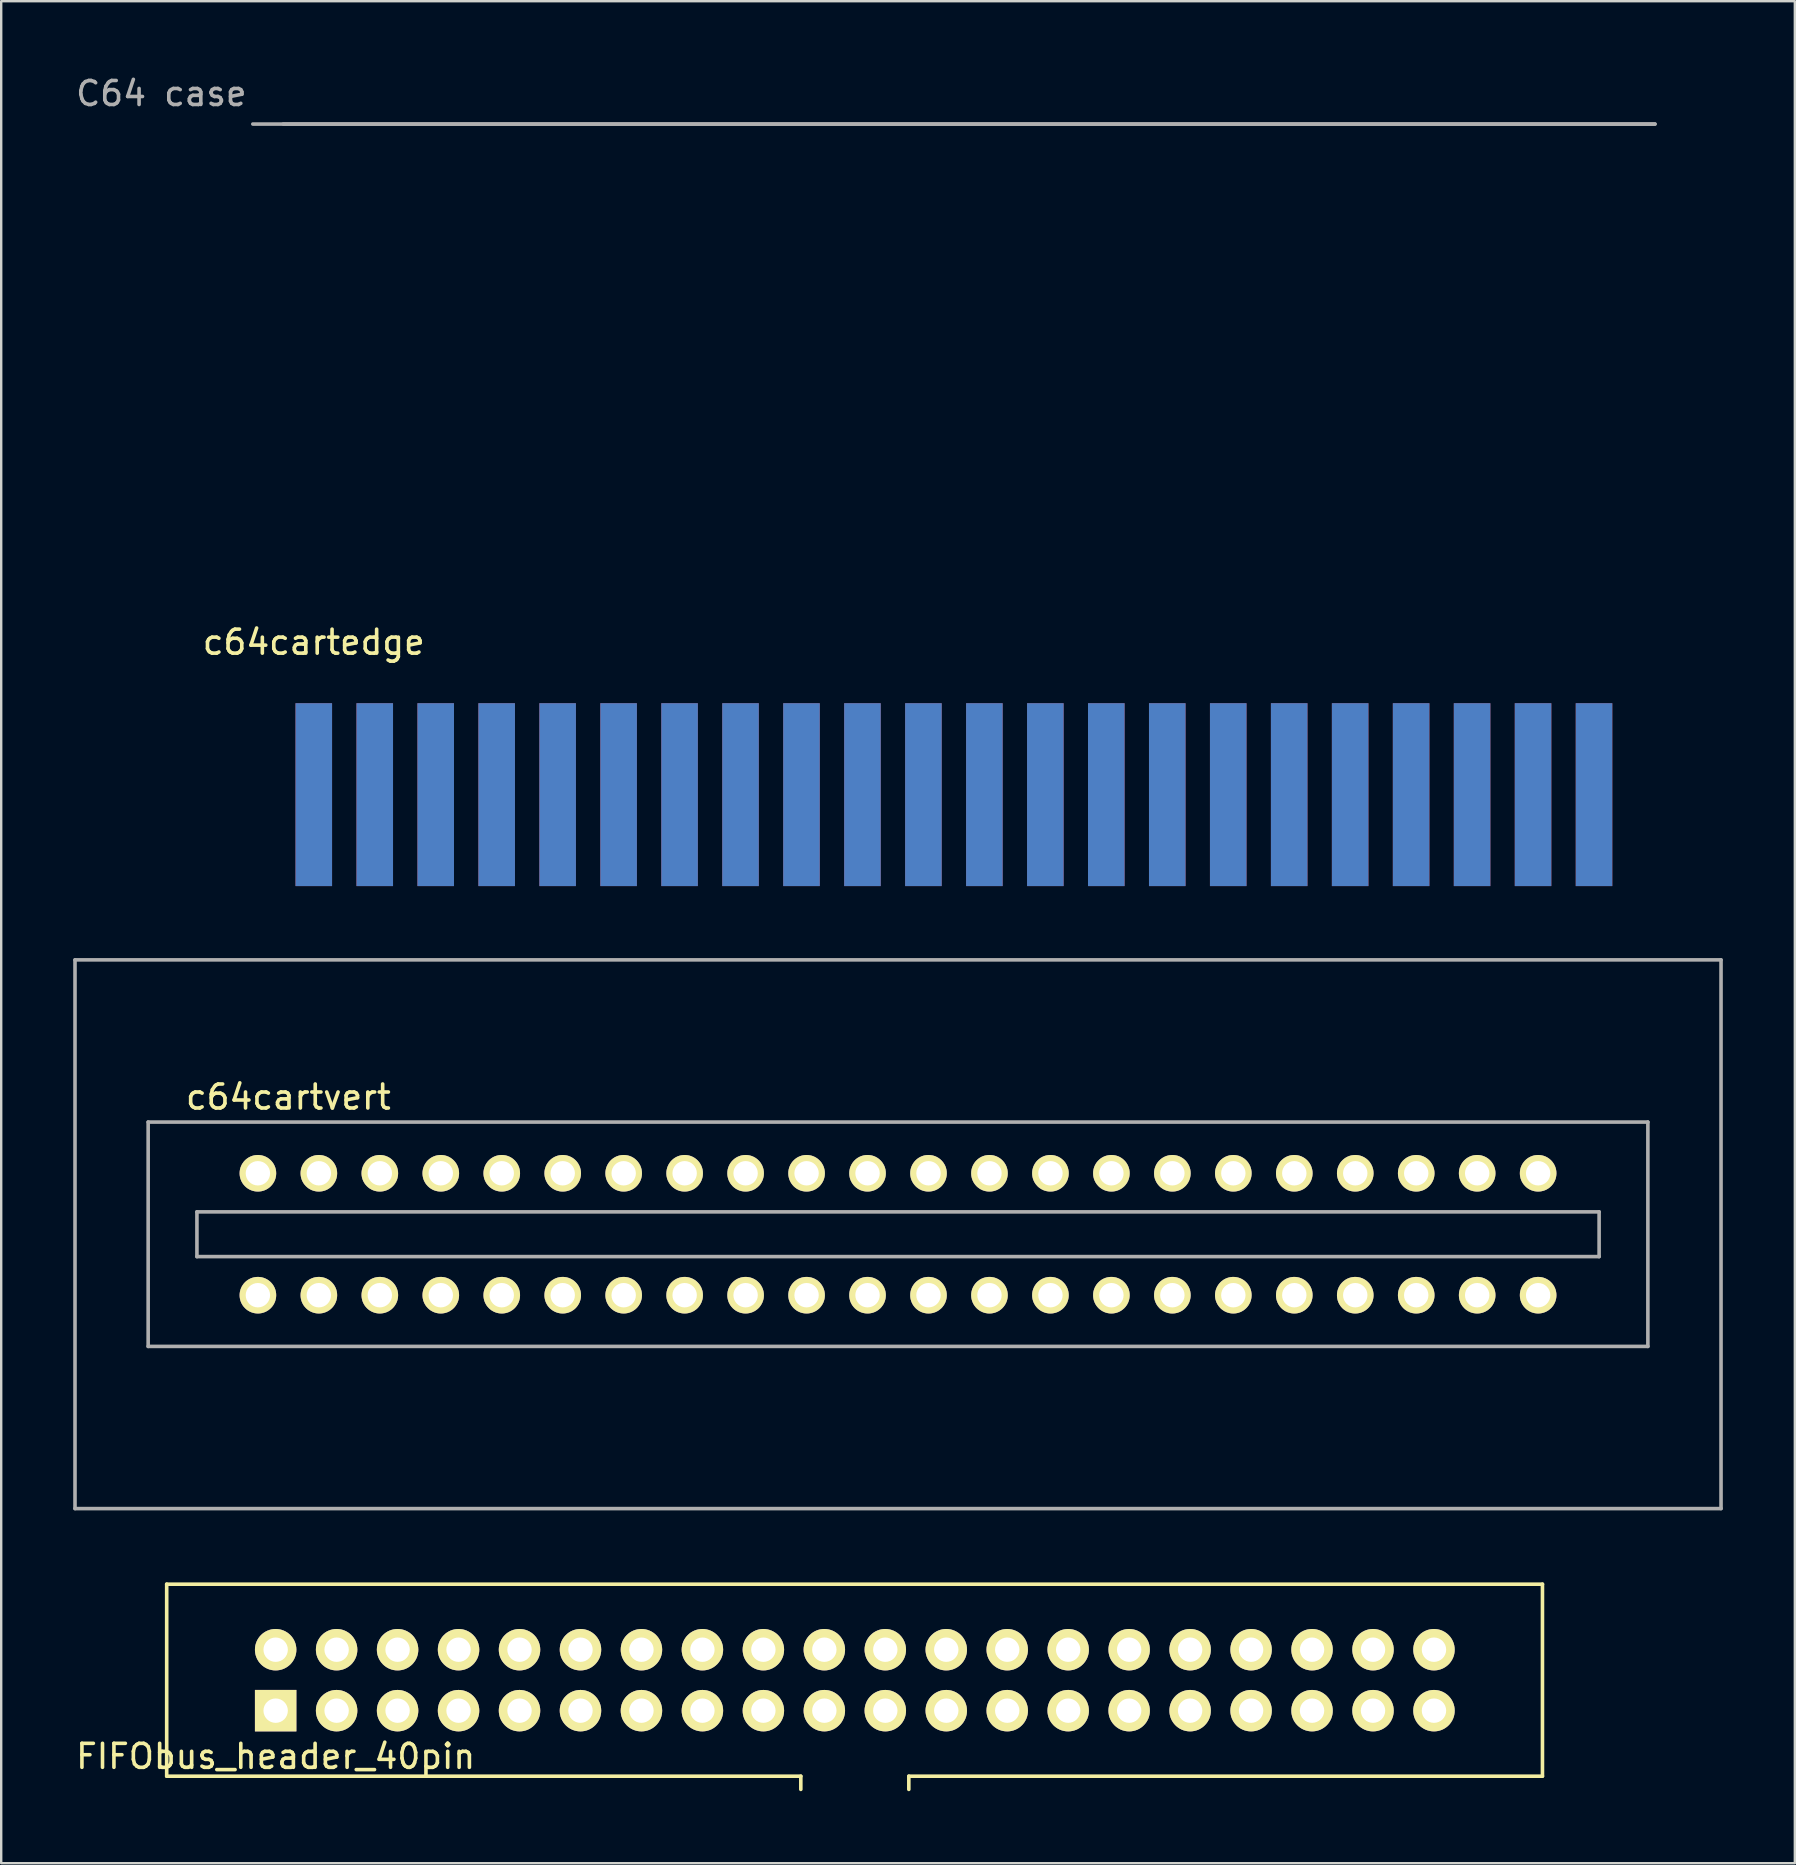
<source format=kicad_pcb>
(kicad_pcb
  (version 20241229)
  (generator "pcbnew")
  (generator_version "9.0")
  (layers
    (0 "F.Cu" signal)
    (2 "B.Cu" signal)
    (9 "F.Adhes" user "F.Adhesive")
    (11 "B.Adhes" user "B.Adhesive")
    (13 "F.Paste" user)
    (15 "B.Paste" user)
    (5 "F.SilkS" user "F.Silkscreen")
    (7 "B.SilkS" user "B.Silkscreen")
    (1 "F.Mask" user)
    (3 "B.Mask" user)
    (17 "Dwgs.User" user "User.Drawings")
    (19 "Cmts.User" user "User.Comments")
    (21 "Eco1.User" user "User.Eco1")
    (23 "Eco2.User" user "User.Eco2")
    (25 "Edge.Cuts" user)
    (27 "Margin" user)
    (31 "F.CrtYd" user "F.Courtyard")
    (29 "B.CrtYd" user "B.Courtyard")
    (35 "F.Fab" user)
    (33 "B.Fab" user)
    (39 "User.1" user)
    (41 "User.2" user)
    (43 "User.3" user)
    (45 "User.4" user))
  (footprint "c64cartvert"
    (layer "F.Cu")
    (at 34.365 48.373)
    (property "Reference" "c64cartvert" (at -25.4 -5.715 0) (layer "F.SilkS") (effects (font (size 1 1) (thickness 0.15))))
    (attr through_hole)
    (fp_line (start -34.29 -11.43) (end -34.29 11.43) (stroke (width 0.15) (type solid)) (layer "F.Fab"))
    (fp_line (start -34.29 11.43) (end 34.29 11.43) (stroke (width 0.15) (type solid)) (layer "F.Fab"))
    (fp_line (start -31.242 -4.674) (end 31.242 -4.674) (stroke (width 0.15) (type solid)) (layer "F.Fab"))
    (fp_line (start -31.242 4.674) (end -31.242 -4.674) (stroke (width 0.15) (type solid)) (layer "F.Fab"))
    (fp_line (start -29.21 -0.933) (end 29.21 -0.933) (stroke (width 0.15) (type solid)) (layer "F.Fab"))
    (fp_line (start -29.21 0.933) (end -29.21 -0.933) (stroke (width 0.15) (type solid)) (layer "F.Fab"))
    (fp_line (start 29.21 -0.933) (end 29.21 0.933) (stroke (width 0.15) (type solid)) (layer "F.Fab"))
    (fp_line (start 29.21 0.933) (end -29.21 0.933) (stroke (width 0.15) (type solid)) (layer "F.Fab"))
    (fp_line (start 31.242 -4.674) (end 31.242 4.674) (stroke (width 0.15) (type solid)) (layer "F.Fab"))
    (fp_line (start 31.242 4.674) (end -31.242 4.674) (stroke (width 0.15) (type solid)) (layer "F.Fab"))
    (fp_line (start 34.29 -11.43) (end -34.29 -11.43) (stroke (width 0.15) (type solid)) (layer "F.Fab"))
    (fp_line (start 34.29 11.43) (end 34.29 -11.43) (stroke (width 0.15) (type solid)) (layer "F.Fab"))
    (pad "1" thru_hole circle (at -26.67 2.54) (size 1.524 1.524) (drill 1.016) (layers "*.Cu" "*.Mask" "F.SilkS"))
    (pad "2" thru_hole circle (at -24.13 2.54) (size 1.524 1.524) (drill 1.016) (layers "*.Cu" "*.Mask" "F.SilkS"))
    (pad "3" thru_hole circle (at -21.59 2.54) (size 1.524 1.524) (drill 1.016) (layers "*.Cu" "*.Mask" "F.SilkS"))
    (pad "4" thru_hole circle (at -19.05 2.54) (size 1.524 1.524) (drill 1.016) (layers "*.Cu" "*.Mask" "F.SilkS"))
    (pad "5" thru_hole circle (at -16.51 2.54) (size 1.524 1.524) (drill 1.016) (layers "*.Cu" "*.Mask" "F.SilkS"))
    (pad "6" thru_hole circle (at -13.97 2.54) (size 1.524 1.524) (drill 1.016) (layers "*.Cu" "*.Mask" "F.SilkS"))
    (pad "7" thru_hole circle (at -11.43 2.54) (size 1.524 1.524) (drill 1.016) (layers "*.Cu" "*.Mask" "F.SilkS"))
    (pad "8" thru_hole circle (at -8.89 2.54) (size 1.524 1.524) (drill 1.016) (layers "*.Cu" "*.Mask" "F.SilkS"))
    (pad "9" thru_hole circle (at -6.35 2.54) (size 1.524 1.524) (drill 1.016) (layers "*.Cu" "*.Mask" "F.SilkS"))
    (pad "10" thru_hole circle (at -3.81 2.54) (size 1.524 1.524) (drill 1.016) (layers "*.Cu" "*.Mask" "F.SilkS"))
    (pad "11" thru_hole circle (at -1.27 2.54) (size 1.524 1.524) (drill 1.016) (layers "*.Cu" "*.Mask" "F.SilkS"))
    (pad "12" thru_hole circle (at 1.27 2.54) (size 1.524 1.524) (drill 1.016) (layers "*.Cu" "*.Mask" "F.SilkS"))
    (pad "13" thru_hole circle (at 3.81 2.54) (size 1.524 1.524) (drill 1.016) (layers "*.Cu" "*.Mask" "F.SilkS"))
    (pad "14" thru_hole circle (at 6.35 2.54) (size 1.524 1.524) (drill 1.016) (layers "*.Cu" "*.Mask" "F.SilkS"))
    (pad "15" thru_hole circle (at 8.89 2.54) (size 1.524 1.524) (drill 1.016) (layers "*.Cu" "*.Mask" "F.SilkS"))
    (pad "16" thru_hole circle (at 11.43 2.54) (size 1.524 1.524) (drill 1.016) (layers "*.Cu" "*.Mask" "F.SilkS"))
    (pad "17" thru_hole circle (at 13.97 2.54) (size 1.524 1.524) (drill 1.016) (layers "*.Cu" "*.Mask" "F.SilkS"))
    (pad "18" thru_hole circle (at 16.51 2.54) (size 1.524 1.524) (drill 1.016) (layers "*.Cu" "*.Mask" "F.SilkS"))
    (pad "19" thru_hole circle (at 19.05 2.54) (size 1.524 1.524) (drill 1.016) (layers "*.Cu" "*.Mask" "F.SilkS"))
    (pad "20" thru_hole circle (at 21.59 2.54) (size 1.524 1.524) (drill 1.016) (layers "*.Cu" "*.Mask" "F.SilkS"))
    (pad "21" thru_hole circle (at 24.13 2.54) (size 1.524 1.524) (drill 1.016) (layers "*.Cu" "*.Mask" "F.SilkS"))
    (pad "22" thru_hole circle (at 26.67 2.54) (size 1.524 1.524) (drill 1.016) (layers "*.Cu" "*.Mask" "F.SilkS"))
    (pad "23" thru_hole circle (at -26.67 -2.54) (size 1.524 1.524) (drill 1.016) (layers "*.Cu" "*.Mask" "F.SilkS"))
    (pad "24" thru_hole circle (at -24.13 -2.54) (size 1.524 1.524) (drill 1.016) (layers "*.Cu" "*.Mask" "F.SilkS"))
    (pad "25" thru_hole circle (at -21.59 -2.54) (size 1.524 1.524) (drill 1.016) (layers "*.Cu" "*.Mask" "F.SilkS"))
    (pad "26" thru_hole circle (at -19.05 -2.54) (size 1.524 1.524) (drill 1.016) (layers "*.Cu" "*.Mask" "F.SilkS"))
    (pad "27" thru_hole circle (at -16.51 -2.54) (size 1.524 1.524) (drill 1.016) (layers "*.Cu" "*.Mask" "F.SilkS"))
    (pad "28" thru_hole circle (at -13.97 -2.54) (size 1.524 1.524) (drill 1.016) (layers "*.Cu" "*.Mask" "F.SilkS"))
    (pad "29" thru_hole circle (at -11.43 -2.54) (size 1.524 1.524) (drill 1.016) (layers "*.Cu" "*.Mask" "F.SilkS"))
    (pad "30" thru_hole circle (at -8.89 -2.54) (size 1.524 1.524) (drill 1.016) (layers "*.Cu" "*.Mask" "F.SilkS"))
    (pad "31" thru_hole circle (at -6.35 -2.54) (size 1.524 1.524) (drill 1.016) (layers "*.Cu" "*.Mask" "F.SilkS"))
    (pad "32" thru_hole circle (at -3.81 -2.54) (size 1.524 1.524) (drill 1.016) (layers "*.Cu" "*.Mask" "F.SilkS"))
    (pad "33" thru_hole circle (at -1.27 -2.54) (size 1.524 1.524) (drill 1.016) (layers "*.Cu" "*.Mask" "F.SilkS"))
    (pad "34" thru_hole circle (at 1.27 -2.54) (size 1.524 1.524) (drill 1.016) (layers "*.Cu" "*.Mask" "F.SilkS"))
    (pad "35" thru_hole circle (at 3.81 -2.54) (size 1.524 1.524) (drill 1.016) (layers "*.Cu" "*.Mask" "F.SilkS"))
    (pad "36" thru_hole circle (at 6.35 -2.54) (size 1.524 1.524) (drill 1.016) (layers "*.Cu" "*.Mask" "F.SilkS"))
    (pad "37" thru_hole circle (at 8.89 -2.54) (size 1.524 1.524) (drill 1.016) (layers "*.Cu" "*.Mask" "F.SilkS"))
    (pad "38" thru_hole circle (at 11.43 -2.54) (size 1.524 1.524) (drill 1.016) (layers "*.Cu" "*.Mask" "F.SilkS"))
    (pad "39" thru_hole circle (at 13.97 -2.54) (size 1.524 1.524) (drill 1.016) (layers "*.Cu" "*.Mask" "F.SilkS"))
    (pad "40" thru_hole circle (at 16.51 -2.54) (size 1.524 1.524) (drill 1.016) (layers "*.Cu" "*.Mask" "F.SilkS"))
    (pad "41" thru_hole circle (at 19.05 -2.54) (size 1.524 1.524) (drill 1.016) (layers "*.Cu" "*.Mask" "F.SilkS"))
    (pad "42" thru_hole circle (at 21.59 -2.54) (size 1.524 1.524) (drill 1.016) (layers "*.Cu" "*.Mask" "F.SilkS"))
    (pad "43" thru_hole circle (at 24.13 -2.54) (size 1.524 1.524) (drill 1.016) (layers "*.Cu" "*.Mask" "F.SilkS"))
    (pad "44" thru_hole circle (at 26.67 -2.54) (size 1.524 1.524) (drill 1.016) (layers "*.Cu" "*.Mask" "F.SilkS")))
  (footprint "FIFObus_header_40pin"
    (layer "F.Cu")
    (at 8.435 68.223)
    (property "Reference" "FIFObus_header_40pin" (at 0 1.905 0) (layer "F.SilkS") (effects (font (size 1 1) (thickness 0.15))))
    (attr through_hole)
    (fp_line (start -4.54 -5.27) (end -4.54 2.73) (stroke (width 0.15) (type solid)) (layer "F.SilkS"))
    (fp_line (start -4.54 -5.27) (end 52.78 -5.27) (stroke (width 0.15) (type solid)) (layer "F.SilkS"))
    (fp_line (start -4.54 2.73) (end 21.88 2.73) (stroke (width 0.15) (type solid)) (layer "F.SilkS"))
    (fp_line (start 21.88 2.73) (end 21.88 3.28) (stroke (width 0.15) (type solid)) (layer "F.SilkS"))
    (fp_line (start 26.38 2.73) (end 26.38 3.28) (stroke (width 0.15) (type solid)) (layer "F.SilkS"))
    (fp_line (start 26.38 2.73) (end 52.78 2.73) (stroke (width 0.15) (type solid)) (layer "F.SilkS"))
    (fp_line (start 52.78 -5.27) (end 52.78 2.73) (stroke (width 0.15) (type solid)) (layer "F.SilkS"))
    (pad "1" thru_hole rect (at 0 0) (size 1.727 1.727) (drill 1.016) (layers "*.Cu" "*.Mask" "F.SilkS"))
    (pad "2" thru_hole oval (at 0 -2.54) (size 1.727 1.727) (drill 1.016) (layers "*.Cu" "*.Mask" "F.SilkS"))
    (pad "3" thru_hole oval (at 2.54 0) (size 1.727 1.727) (drill 1.016) (layers "*.Cu" "*.Mask" "F.SilkS"))
    (pad "4" thru_hole oval (at 2.54 -2.54) (size 1.727 1.727) (drill 1.016) (layers "*.Cu" "*.Mask" "F.SilkS"))
    (pad "5" thru_hole oval (at 5.08 0) (size 1.727 1.727) (drill 1.016) (layers "*.Cu" "*.Mask" "F.SilkS"))
    (pad "6" thru_hole oval (at 5.08 -2.54) (size 1.727 1.727) (drill 1.016) (layers "*.Cu" "*.Mask" "F.SilkS"))
    (pad "7" thru_hole oval (at 7.62 0) (size 1.727 1.727) (drill 1.016) (layers "*.Cu" "*.Mask" "F.SilkS"))
    (pad "8" thru_hole oval (at 7.62 -2.54) (size 1.727 1.727) (drill 1.016) (layers "*.Cu" "*.Mask" "F.SilkS"))
    (pad "9" thru_hole oval (at 10.16 0) (size 1.727 1.727) (drill 1.016) (layers "*.Cu" "*.Mask" "F.SilkS"))
    (pad "10" thru_hole oval (at 10.16 -2.54) (size 1.727 1.727) (drill 1.016) (layers "*.Cu" "*.Mask" "F.SilkS"))
    (pad "11" thru_hole oval (at 12.7 0) (size 1.727 1.727) (drill 1.016) (layers "*.Cu" "*.Mask" "F.SilkS"))
    (pad "12" thru_hole oval (at 12.7 -2.54) (size 1.727 1.727) (drill 1.016) (layers "*.Cu" "*.Mask" "F.SilkS"))
    (pad "13" thru_hole oval (at 15.24 0) (size 1.727 1.727) (drill 1.016) (layers "*.Cu" "*.Mask" "F.SilkS"))
    (pad "14" thru_hole oval (at 15.24 -2.54) (size 1.727 1.727) (drill 1.016) (layers "*.Cu" "*.Mask" "F.SilkS"))
    (pad "15" thru_hole oval (at 17.78 0) (size 1.727 1.727) (drill 1.016) (layers "*.Cu" "*.Mask" "F.SilkS"))
    (pad "16" thru_hole oval (at 17.78 -2.54) (size 1.727 1.727) (drill 1.016) (layers "*.Cu" "*.Mask" "F.SilkS"))
    (pad "17" thru_hole oval (at 20.32 0) (size 1.727 1.727) (drill 1.016) (layers "*.Cu" "*.Mask" "F.SilkS"))
    (pad "18" thru_hole oval (at 20.32 -2.54) (size 1.727 1.727) (drill 1.016) (layers "*.Cu" "*.Mask" "F.SilkS"))
    (pad "19" thru_hole oval (at 22.86 0) (size 1.727 1.727) (drill 1.016) (layers "*.Cu" "*.Mask" "F.SilkS"))
    (pad "20" thru_hole oval (at 22.86 -2.54) (size 1.727 1.727) (drill 1.016) (layers "*.Cu" "*.Mask" "F.SilkS"))
    (pad "21" thru_hole oval (at 25.4 0) (size 1.727 1.727) (drill 1.016) (layers "*.Cu" "*.Mask" "F.SilkS"))
    (pad "22" thru_hole oval (at 25.4 -2.54) (size 1.727 1.727) (drill 1.016) (layers "*.Cu" "*.Mask" "F.SilkS"))
    (pad "23" thru_hole oval (at 27.94 0) (size 1.727 1.727) (drill 1.016) (layers "*.Cu" "*.Mask" "F.SilkS"))
    (pad "24" thru_hole oval (at 27.94 -2.54) (size 1.727 1.727) (drill 1.016) (layers "*.Cu" "*.Mask" "F.SilkS"))
    (pad "25" thru_hole oval (at 30.48 0) (size 1.727 1.727) (drill 1.016) (layers "*.Cu" "*.Mask" "F.SilkS"))
    (pad "26" thru_hole oval (at 30.48 -2.54) (size 1.727 1.727) (drill 1.016) (layers "*.Cu" "*.Mask" "F.SilkS"))
    (pad "27" thru_hole oval (at 33.02 0) (size 1.727 1.727) (drill 1.016) (layers "*.Cu" "*.Mask" "F.SilkS"))
    (pad "28" thru_hole oval (at 33.02 -2.54) (size 1.727 1.727) (drill 1.016) (layers "*.Cu" "*.Mask" "F.SilkS"))
    (pad "29" thru_hole oval (at 35.56 0) (size 1.727 1.727) (drill 1.016) (layers "*.Cu" "*.Mask" "F.SilkS"))
    (pad "30" thru_hole oval (at 35.56 -2.54) (size 1.727 1.727) (drill 1.016) (layers "*.Cu" "*.Mask" "F.SilkS"))
    (pad "31" thru_hole oval (at 38.1 0) (size 1.727 1.727) (drill 1.016) (layers "*.Cu" "*.Mask" "F.SilkS"))
    (pad "32" thru_hole oval (at 38.1 -2.54) (size 1.727 1.727) (drill 1.016) (layers "*.Cu" "*.Mask" "F.SilkS"))
    (pad "33" thru_hole oval (at 40.64 0) (size 1.727 1.727) (drill 1.016) (layers "*.Cu" "*.Mask" "F.SilkS"))
    (pad "34" thru_hole oval (at 40.64 -2.54) (size 1.727 1.727) (drill 1.016) (layers "*.Cu" "*.Mask" "F.SilkS"))
    (pad "35" thru_hole oval (at 43.18 0) (size 1.727 1.727) (drill 1.016) (layers "*.Cu" "*.Mask" "F.SilkS"))
    (pad "36" thru_hole oval (at 43.18 -2.54) (size 1.727 1.727) (drill 1.016) (layers "*.Cu" "*.Mask" "F.SilkS"))
    (pad "37" thru_hole oval (at 45.72 0) (size 1.727 1.727) (drill 1.016) (layers "*.Cu" "*.Mask" "F.SilkS"))
    (pad "38" thru_hole oval (at 45.72 -2.54) (size 1.727 1.727) (drill 1.016) (layers "*.Cu" "*.Mask" "F.SilkS"))
    (pad "39" thru_hole oval (at 48.26 0) (size 1.727 1.727) (drill 1.016) (layers "*.Cu" "*.Mask" "F.SilkS"))
    (pad "40" thru_hole oval (at 48.26 -2.54) (size 1.727 1.727) (drill 1.016) (layers "*.Cu" "*.Mask" "F.SilkS")))
  (footprint "c64cartedge"
    (layer "F.Cu")
    (at 36.693 30.058)
    (property "Reference" "c64cartedge" (at -26.67 -6.35 0) (layer "F.SilkS") (effects (font (size 1 1) (thickness 0.15))))
    (attr through_hole)
    (fp_line (start -27.94 -27.94) (end 29.21 -27.94) (stroke (width 0.15) (type solid)) (layer "F.Fab"))
    (fp_line (start 29.21 -27.94) (end -29.21 -27.94) (stroke (width 0.15) (type solid)) (layer "F.Fab"))
    (fp_text user "C64 case" (at -33.02 -29.21 0) (layer "F.Fab") (effects (font (size 1 1) (thickness 0.15))))
    (pad "1" connect rect (at -26.67 0) (size 1.524 7.62) (layers "*.Mask" "F.Cu"))
    (pad "2" connect rect (at -24.13 0) (size 1.524 7.62) (layers "*.Mask" "F.Cu"))
    (pad "3" connect rect (at -21.59 0) (size 1.524 7.62) (layers "*.Mask" "F.Cu"))
    (pad "4" connect rect (at -19.05 0) (size 1.524 7.62) (layers "*.Mask" "F.Cu"))
    (pad "5" connect rect (at -16.51 0) (size 1.524 7.62) (layers "*.Mask" "F.Cu"))
    (pad "6" connect rect (at -13.97 0) (size 1.524 7.62) (layers "*.Mask" "F.Cu"))
    (pad "7" connect rect (at -11.43 0) (size 1.524 7.62) (layers "*.Mask" "F.Cu"))
    (pad "8" connect rect (at -8.89 0) (size 1.524 7.62) (layers "*.Mask" "F.Cu"))
    (pad "9" connect rect (at -6.35 0) (size 1.524 7.62) (layers "*.Mask" "F.Cu"))
    (pad "10" connect rect (at -3.81 0) (size 1.524 7.62) (layers "*.Mask" "F.Cu"))
    (pad "11" connect rect (at -1.27 0) (size 1.524 7.62) (layers "*.Mask" "F.Cu"))
    (pad "12" connect rect (at 1.27 0) (size 1.524 7.62) (layers "*.Mask" "F.Cu"))
    (pad "13" connect rect (at 3.81 0) (size 1.524 7.62) (layers "*.Mask" "F.Cu"))
    (pad "14" connect rect (at 6.35 0) (size 1.524 7.62) (layers "*.Mask" "F.Cu"))
    (pad "15" connect rect (at 8.89 0) (size 1.524 7.62) (layers "*.Mask" "F.Cu"))
    (pad "16" connect rect (at 11.43 0) (size 1.524 7.62) (layers "*.Mask" "F.Cu"))
    (pad "17" connect rect (at 13.97 0) (size 1.524 7.62) (layers "*.Mask" "F.Cu"))
    (pad "18" connect rect (at 16.51 0) (size 1.524 7.62) (layers "*.Mask" "F.Cu"))
    (pad "19" connect rect (at 19.05 0) (size 1.524 7.62) (layers "*.Mask" "F.Cu"))
    (pad "20" connect rect (at 21.59 0) (size 1.524 7.62) (layers "*.Mask" "F.Cu"))
    (pad "21" connect rect (at 24.13 0) (size 1.524 7.62) (layers "*.Mask" "F.Cu"))
    (pad "22" connect rect (at 26.67 0) (size 1.524 7.62) (layers "*.Mask" "F.Cu"))
    (pad "23" connect rect (at -26.67 0) (size 1.524 7.62) (layers "*.Mask" "B.Cu"))
    (pad "24" connect rect (at -24.13 0) (size 1.524 7.62) (layers "*.Mask" "B.Cu"))
    (pad "25" connect rect (at -21.59 0) (size 1.524 7.62) (layers "*.Mask" "B.Cu"))
    (pad "26" connect rect (at -19.05 0) (size 1.524 7.62) (layers "*.Mask" "B.Cu"))
    (pad "27" connect rect (at -16.51 0) (size 1.524 7.62) (layers "*.Mask" "B.Cu"))
    (pad "28" connect rect (at -13.97 0) (size 1.524 7.62) (layers "*.Mask" "B.Cu"))
    (pad "29" connect rect (at -11.43 0) (size 1.524 7.62) (layers "*.Mask" "B.Cu"))
    (pad "30" connect rect (at -8.89 0) (size 1.524 7.62) (layers "*.Mask" "B.Cu"))
    (pad "31" connect rect (at -6.35 0) (size 1.524 7.62) (layers "*.Mask" "B.Cu"))
    (pad "32" connect rect (at -3.81 0) (size 1.524 7.62) (layers "*.Mask" "B.Cu"))
    (pad "33" connect rect (at -1.27 0) (size 1.524 7.62) (layers "*.Mask" "B.Cu"))
    (pad "34" connect rect (at 1.27 0) (size 1.524 7.62) (layers "*.Mask" "B.Cu"))
    (pad "35" connect rect (at 3.81 0) (size 1.524 7.62) (layers "*.Mask" "B.Cu"))
    (pad "36" connect rect (at 6.35 0) (size 1.524 7.62) (layers "*.Mask" "B.Cu"))
    (pad "37" connect rect (at 8.89 0) (size 1.524 7.62) (layers "*.Mask" "B.Cu"))
    (pad "38" connect rect (at 11.43 0) (size 1.524 7.62) (layers "*.Mask" "B.Cu"))
    (pad "39" connect rect (at 13.97 0) (size 1.524 7.62) (layers "*.Mask" "B.Cu"))
    (pad "40" connect rect (at 16.51 0) (size 1.524 7.62) (layers "*.Mask" "B.Cu"))
    (pad "41" connect rect (at 19.05 0) (size 1.524 7.62) (layers "*.Mask" "B.Cu"))
    (pad "42" connect rect (at 21.59 0) (size 1.524 7.62) (layers "*.Mask" "B.Cu"))
    (pad "43" connect rect (at 24.13 0) (size 1.524 7.62) (layers "*.Mask" "B.Cu"))
    (pad "44" connect rect (at 26.67 0) (size 1.524 7.62) (layers "*.Mask" "B.Cu")))
  (gr_rect
    (start -3 -3)
    (end 71.73 74.578)
    (stroke (width 0.1) (type default))
    (fill no)
    (layer "Edge.Cuts")))
</source>
